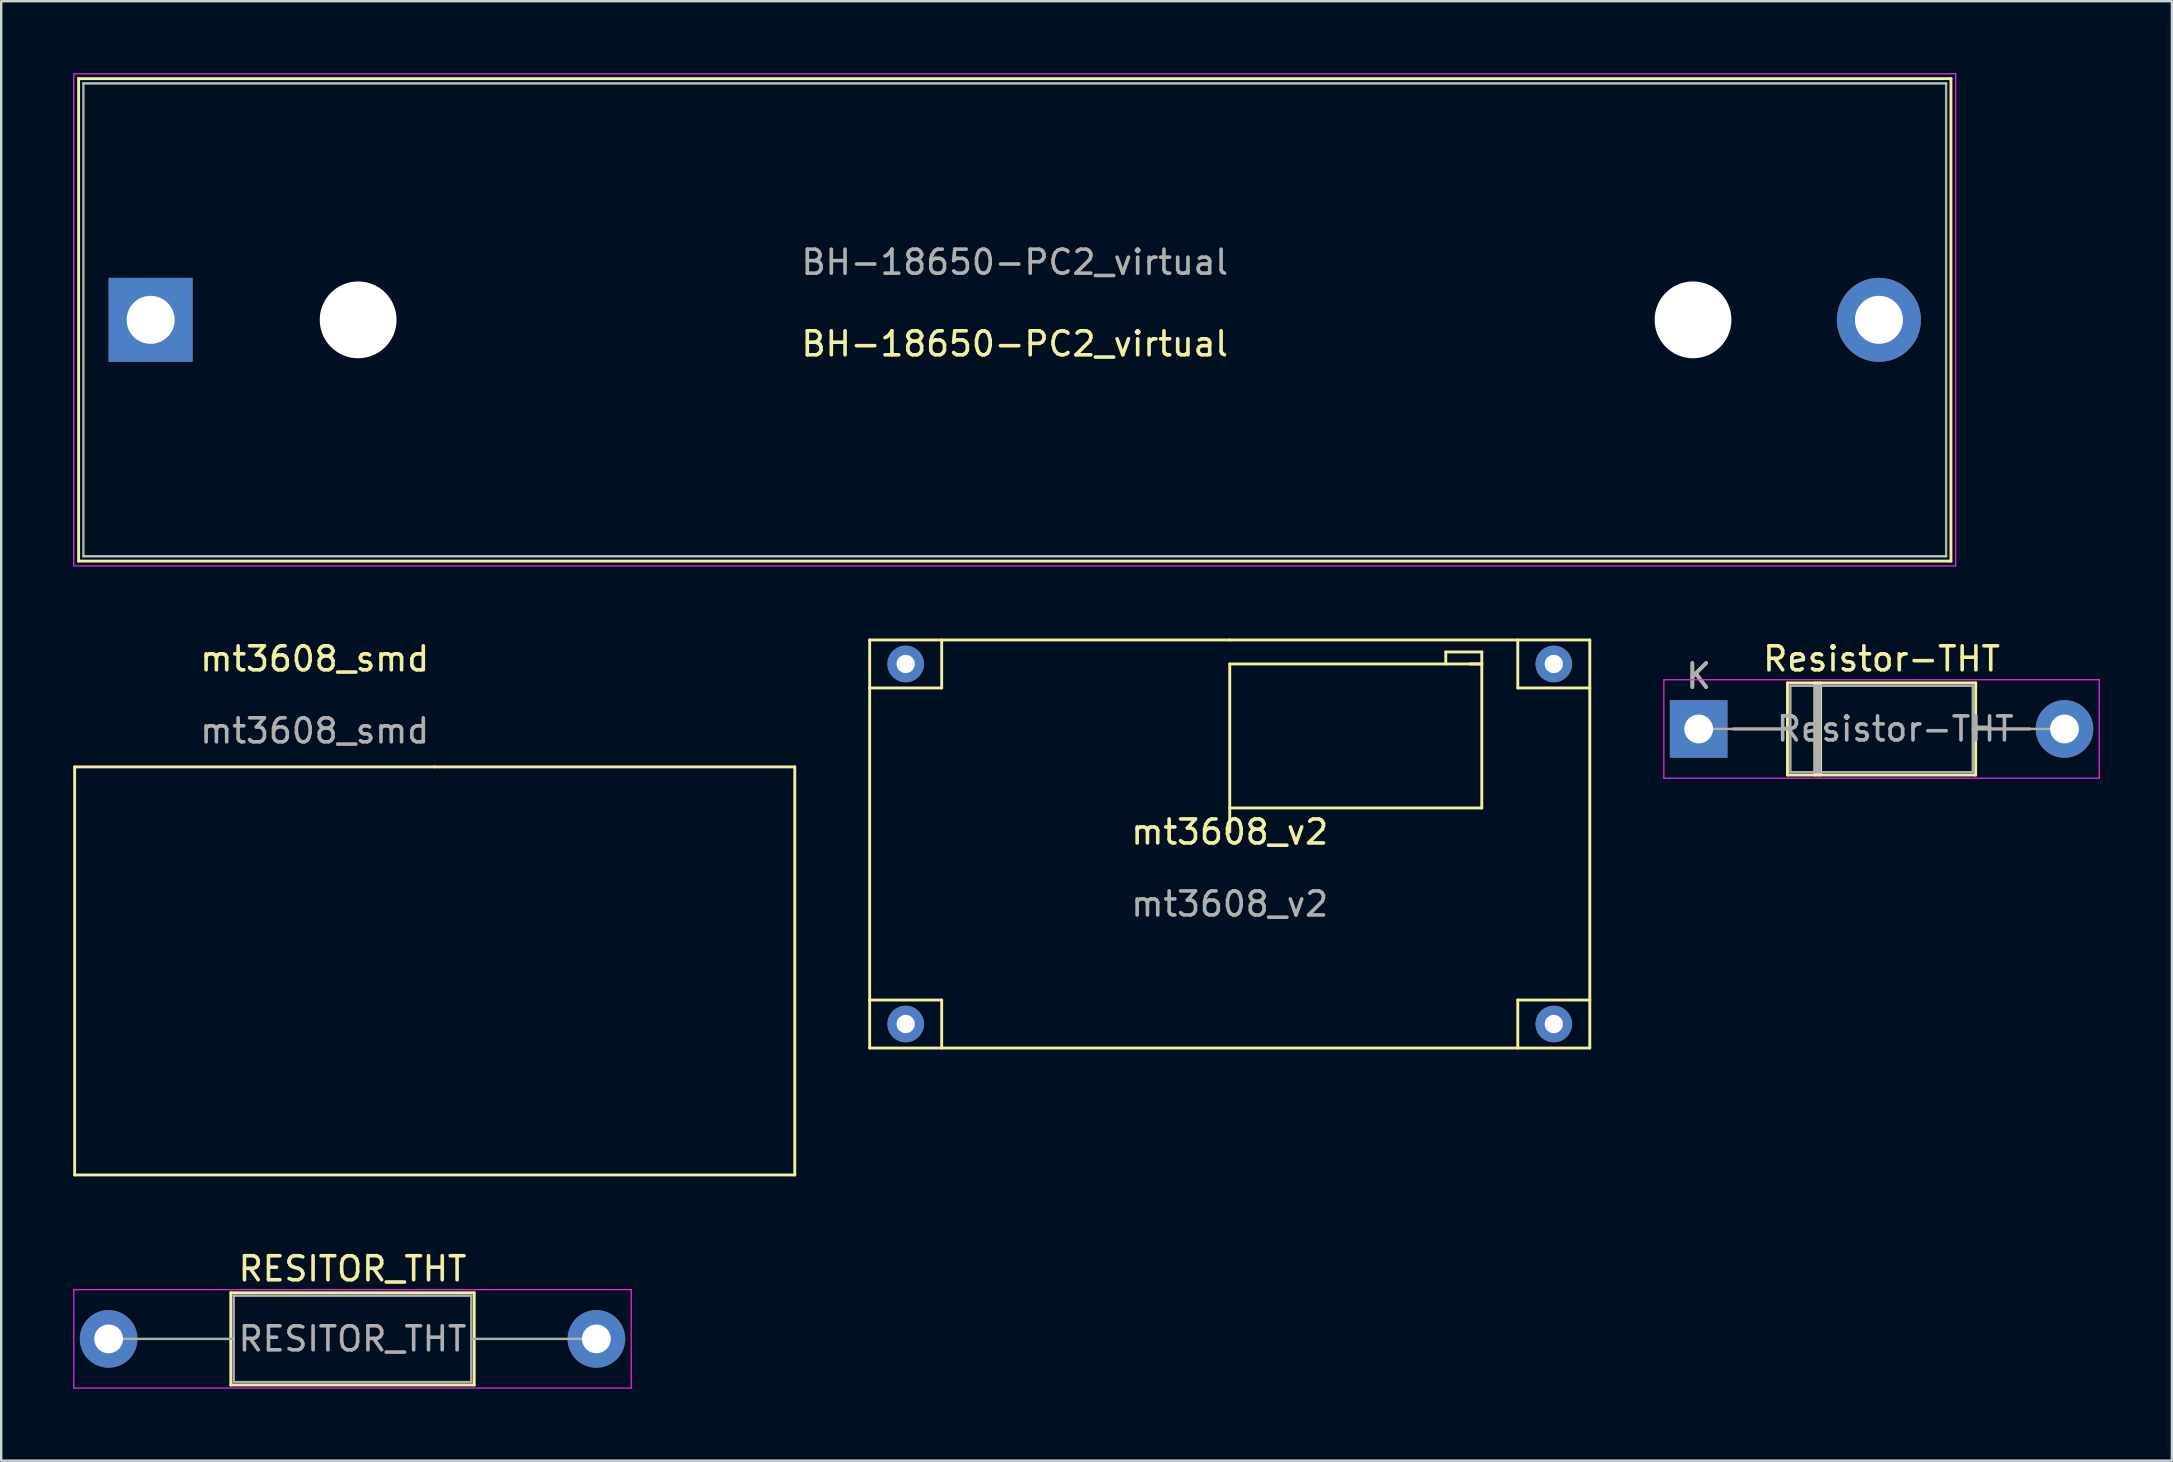
<source format=kicad_pcb>
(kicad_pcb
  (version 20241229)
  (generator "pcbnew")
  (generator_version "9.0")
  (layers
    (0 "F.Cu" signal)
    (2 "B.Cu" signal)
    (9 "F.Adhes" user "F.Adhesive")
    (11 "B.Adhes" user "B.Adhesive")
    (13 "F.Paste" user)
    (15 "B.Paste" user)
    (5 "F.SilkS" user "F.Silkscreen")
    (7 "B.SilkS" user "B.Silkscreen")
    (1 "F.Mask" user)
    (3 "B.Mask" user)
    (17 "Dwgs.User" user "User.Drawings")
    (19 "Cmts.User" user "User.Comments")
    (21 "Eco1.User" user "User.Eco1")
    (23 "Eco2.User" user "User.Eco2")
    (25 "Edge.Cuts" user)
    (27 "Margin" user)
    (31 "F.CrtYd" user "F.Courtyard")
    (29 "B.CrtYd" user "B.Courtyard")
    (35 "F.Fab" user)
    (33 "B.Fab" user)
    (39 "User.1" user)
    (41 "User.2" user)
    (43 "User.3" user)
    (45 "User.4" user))
  (footprint "mt3608_v2"
    (layer "F.Cu")
    (at 48.18 32.11)
    (property "Reference" "mt3608_v2" (at 0 -0.5 0) (unlocked yes) (layer "F.SilkS") (effects (font (size 1 1) (thickness 0.15))))
    (attr through_hole)
    (fp_line (start -15 -8.5) (end 0 -8.5) (stroke (width 0.12) (type solid)) (layer "F.SilkS"))
    (fp_line (start -15 6.5) (end -12 6.5) (stroke (width 0.12) (type solid)) (layer "F.SilkS"))
    (fp_line (start -15 8.5) (end -15 -8.5) (stroke (width 0.12) (type solid)) (layer "F.SilkS"))
    (fp_line (start -12 -8.5) (end -12 -6.5) (stroke (width 0.12) (type solid)) (layer "F.SilkS"))
    (fp_line (start -12 -6.5) (end -15 -6.5) (stroke (width 0.12) (type solid)) (layer "F.SilkS"))
    (fp_line (start -12 6.5) (end -12 8.5) (stroke (width 0.12) (type solid)) (layer "F.SilkS"))
    (fp_line (start 0 -8.5) (end 15 -8.5) (stroke (width 0.12) (type solid)) (layer "F.SilkS"))
    (fp_line (start 0 -7.5) (end 0 -0.5) (stroke (width 0.12) (type solid)) (layer "F.SilkS"))
    (fp_line (start 0 -1.5) (end 10.5 -1.5) (stroke (width 0.12) (type solid)) (layer "F.SilkS"))
    (fp_line (start 9 -8) (end 10.5 -8) (stroke (width 0.12) (type solid)) (layer "F.SilkS"))
    (fp_line (start 9 -7.5) (end 9 -8) (stroke (width 0.12) (type solid)) (layer "F.SilkS"))
    (fp_line (start 10 -7.5) (end 10.5 -7.5) (stroke (width 0.12) (type solid)) (layer "F.SilkS"))
    (fp_line (start 10.5 -8) (end 10.5 -7.5) (stroke (width 0.12) (type solid)) (layer "F.SilkS"))
    (fp_line (start 10.5 -7.5) (end 0 -7.5) (stroke (width 0.12) (type solid)) (layer "F.SilkS"))
    (fp_line (start 10.5 -1.5) (end 10.5 -7.5) (stroke (width 0.12) (type solid)) (layer "F.SilkS"))
    (fp_line (start 12 -8.5) (end 12 -6.5) (stroke (width 0.12) (type solid)) (layer "F.SilkS"))
    (fp_line (start 12 -6.5) (end 15 -6.5) (stroke (width 0.12) (type solid)) (layer "F.SilkS"))
    (fp_line (start 12 6.5) (end 12 8.5) (stroke (width 0.12) (type solid)) (layer "F.SilkS"))
    (fp_line (start 15 -8.5) (end 15 8.5) (stroke (width 0.12) (type solid)) (layer "F.SilkS"))
    (fp_line (start 15 6.5) (end 12 6.5) (stroke (width 0.12) (type solid)) (layer "F.SilkS"))
    (fp_line (start 15 8.5) (end -15 8.5) (stroke (width 0.12) (type solid)) (layer "F.SilkS"))
    (fp_text user "${REFERENCE}" (at 0 2.5 0) (unlocked yes) (layer "F.Fab") (effects (font (size 1 1) (thickness 0.15))))
    (pad "1" thru_hole circle (at -13.5 -7.5) (size 1.524 1.524) (drill 0.762) (layers "*.Cu" "*.Mask"))
    (pad "2" thru_hole circle (at -13.5 7.5) (size 1.524 1.524) (drill 0.762) (layers "*.Cu" "*.Mask"))
    (pad "3" thru_hole circle (at 13.5 -7.5) (size 1.524 1.524) (drill 0.762) (layers "*.Cu" "*.Mask"))
    (pad "4" thru_hole circle (at 13.5 7.5) (size 1.524 1.524) (drill 0.762) (layers "*.Cu" "*.Mask")))
  (footprint "mt3608_smd"
    (layer "F.Cu")
    (at 15.06 37.398)
    (property "Reference" "mt3608_smd" (at -5 -13 0) (unlocked yes) (layer "F.SilkS") (effects (font (size 1 1) (thickness 0.15))))
    (attr smd)
    (fp_line (start -15 -8.5) (end 0 -8.5) (stroke (width 0.12) (type solid)) (layer "F.SilkS"))
    (fp_line (start -15 8.5) (end -15 -8.5) (stroke (width 0.12) (type solid)) (layer "F.SilkS"))
    (fp_line (start 0 -8.5) (end 15 -8.5) (stroke (width 0.12) (type solid)) (layer "F.SilkS"))
    (fp_line (start 15 -8.5) (end 15 8.5) (stroke (width 0.12) (type solid)) (layer "F.SilkS"))
    (fp_line (start 15 8.5) (end -15 8.5) (stroke (width 0.12) (type solid)) (layer "F.SilkS"))
    (fp_text user "${REFERENCE}" (at -5 -10 0) (unlocked yes) (layer "F.Fab") (effects (font (size 1 1) (thickness 0.15)))))
  (footprint "RESITOR_THT"
    (layer "F.Cu")
    (at 1.475 52.727)
    (property "Reference" "RESITOR_THT" (at 10.16 -2.92 0) (layer "F.SilkS") (effects (font (size 1 1) (thickness 0.15))))
    (attr through_hole)
    (fp_line (start 5.09 -1.92) (end 5.09 1.92) (stroke (width 0.12) (type solid)) (layer "F.SilkS"))
    (fp_line (start 5.09 1.92) (end 15.23 1.92) (stroke (width 0.12) (type solid)) (layer "F.SilkS"))
    (fp_line (start 15.23 -1.92) (end 5.09 -1.92) (stroke (width 0.12) (type solid)) (layer "F.SilkS"))
    (fp_line (start 15.23 1.92) (end 15.23 -1.92) (stroke (width 0.12) (type solid)) (layer "F.SilkS"))
    (fp_line (start -1.45 -2.05) (end -1.45 2.05) (stroke (width 0.05) (type solid)) (layer "F.CrtYd"))
    (fp_line (start -1.45 2.05) (end 21.77 2.05) (stroke (width 0.05) (type solid)) (layer "F.CrtYd"))
    (fp_line (start 21.77 -2.05) (end -1.45 -2.05) (stroke (width 0.05) (type solid)) (layer "F.CrtYd"))
    (fp_line (start 21.77 2.05) (end 21.77 -2.05) (stroke (width 0.05) (type solid)) (layer "F.CrtYd"))
    (fp_line (start 0 0) (end 5.21 0) (stroke (width 0.1) (type solid)) (layer "F.Fab"))
    (fp_line (start 5.21 -1.8) (end 5.21 1.8) (stroke (width 0.1) (type solid)) (layer "F.Fab"))
    (fp_line (start 5.21 1.8) (end 15.11 1.8) (stroke (width 0.1) (type solid)) (layer "F.Fab"))
    (fp_line (start 15.11 -1.8) (end 5.21 -1.8) (stroke (width 0.1) (type solid)) (layer "F.Fab"))
    (fp_line (start 15.11 1.8) (end 15.11 -1.8) (stroke (width 0.1) (type solid)) (layer "F.Fab"))
    (fp_line (start 20.32 0) (end 15.11 0) (stroke (width 0.1) (type solid)) (layer "F.Fab"))
    (fp_text user "${REFERENCE}" (at 10.16 0 0) (layer "F.Fab") (effects (font (size 1 1) (thickness 0.15))))
    (pad "1" thru_hole circle (at 0 0) (size 2.4 2.4) (drill 1.2) (layers "*.Cu" "*.Mask"))
    (pad "2" thru_hole oval (at 20.32 0) (size 2.4 2.4) (drill 1.2) (layers "*.Cu" "*.Mask")))
  (footprint "Resistor-THT"
    (layer "F.Cu")
    (at 67.715 27.318)
    (property "Reference" "Resistor-THT" (at 7.62 -2.92 0) (layer "F.SilkS") (effects (font (size 1 1) (thickness 0.15))))
    (attr through_hole)
    (fp_line (start 1.44 0) (end 3.7 0) (stroke (width 0.12) (type solid)) (layer "F.SilkS"))
    (fp_line (start 3.7 -1.92) (end 3.7 1.92) (stroke (width 0.12) (type solid)) (layer "F.SilkS"))
    (fp_line (start 3.7 1.92) (end 11.54 1.92) (stroke (width 0.12) (type solid)) (layer "F.SilkS"))
    (fp_line (start 4.84 -1.92) (end 4.84 1.92) (stroke (width 0.12) (type solid)) (layer "F.SilkS"))
    (fp_line (start 4.96 -1.92) (end 4.96 1.92) (stroke (width 0.12) (type solid)) (layer "F.SilkS"))
    (fp_line (start 5.08 -1.92) (end 5.08 1.92) (stroke (width 0.12) (type solid)) (layer "F.SilkS"))
    (fp_line (start 11.54 -1.92) (end 3.7 -1.92) (stroke (width 0.12) (type solid)) (layer "F.SilkS"))
    (fp_line (start 11.54 1.92) (end 11.54 -1.92) (stroke (width 0.12) (type solid)) (layer "F.SilkS"))
    (fp_line (start 13.8 0) (end 11.54 0) (stroke (width 0.12) (type solid)) (layer "F.SilkS"))
    (fp_line (start -1.45 -2.05) (end -1.45 2.05) (stroke (width 0.05) (type solid)) (layer "F.CrtYd"))
    (fp_line (start -1.45 2.05) (end 16.69 2.05) (stroke (width 0.05) (type solid)) (layer "F.CrtYd"))
    (fp_line (start 16.69 -2.05) (end -1.45 -2.05) (stroke (width 0.05) (type solid)) (layer "F.CrtYd"))
    (fp_line (start 16.69 2.05) (end 16.69 -2.05) (stroke (width 0.05) (type solid)) (layer "F.CrtYd"))
    (fp_line (start 0 0) (end 3.82 0) (stroke (width 0.1) (type solid)) (layer "F.Fab"))
    (fp_line (start 3.82 -1.8) (end 3.82 1.8) (stroke (width 0.1) (type solid)) (layer "F.Fab"))
    (fp_line (start 3.82 1.8) (end 11.42 1.8) (stroke (width 0.1) (type solid)) (layer "F.Fab"))
    (fp_line (start 4.86 -1.8) (end 4.86 1.8) (stroke (width 0.1) (type solid)) (layer "F.Fab"))
    (fp_line (start 4.96 -1.8) (end 4.96 1.8) (stroke (width 0.1) (type solid)) (layer "F.Fab"))
    (fp_line (start 5.06 -1.8) (end 5.06 1.8) (stroke (width 0.1) (type solid)) (layer "F.Fab"))
    (fp_line (start 11.42 -1.8) (end 3.82 -1.8) (stroke (width 0.1) (type solid)) (layer "F.Fab"))
    (fp_line (start 11.42 1.8) (end 11.42 -1.8) (stroke (width 0.1) (type solid)) (layer "F.Fab"))
    (fp_line (start 15.24 0) (end 11.42 0) (stroke (width 0.1) (type solid)) (layer "F.Fab"))
    (fp_text user "K" (at 0 -2.2 0) (layer "F.SilkS") (effects (font (size 1 1) (thickness 0.15))))
    (fp_text user "${REFERENCE}" (at 8.19 0 0) (layer "F.Fab") (effects (font (size 1 1) (thickness 0.15))))
    (fp_text user "K" (at 0 -2.2 0) (layer "F.Fab") (effects (font (size 1 1) (thickness 0.15))))
    (pad "1" thru_hole rect (at 0 0) (size 2.4 2.4) (drill 1.2) (layers "*.Cu" "*.Mask"))
    (pad "2" thru_hole oval (at 15.24 0) (size 2.4 2.4) (drill 1.2) (layers "*.Cu" "*.Mask")))
  (footprint "BH-18650-PC2_virtual"
    (layer "F.Cu")
    (at 3.225 10.275)
    (property "Reference" "BH-18650-PC2_virtual" (at 36 1 0) (layer "F.SilkS") (effects (font (size 1 1) (thickness 0.15))))
    (attr through_hole)
    (fp_line (start -3 -10.05) (end 75 -10.05) (stroke (width 0.12) (type solid)) (layer "F.SilkS"))
    (fp_line (start -3 10.05) (end -3 -10.05) (stroke (width 0.12) (type solid)) (layer "F.SilkS"))
    (fp_line (start 75 -10.05) (end 75 10.05) (stroke (width 0.12) (type solid)) (layer "F.SilkS"))
    (fp_line (start 75 10.05) (end -3 10.05) (stroke (width 0.12) (type solid)) (layer "F.SilkS"))
    (fp_line (start -2.8 -9.85) (end 74.8 -9.85) (stroke (width 0.1) (type solid)) (layer "Dwgs.User"))
    (fp_line (start 74.8 9.85) (end -2.8 9.85) (stroke (width 0.1) (type solid)) (layer "Dwgs.User"))
    (fp_line (start -3.2 -10.25) (end 75.2 -10.25) (stroke (width 0.05) (type solid)) (layer "F.CrtYd"))
    (fp_line (start -3.2 10.25) (end -3.2 -10.25) (stroke (width 0.05) (type solid)) (layer "F.CrtYd"))
    (fp_line (start 75.2 -10.25) (end 75.2 10.25) (stroke (width 0.05) (type solid)) (layer "F.CrtYd"))
    (fp_line (start 75.2 10.25) (end -3.2 10.25) (stroke (width 0.05) (type solid)) (layer "F.CrtYd"))
    (fp_line (start -2.8 9.85) (end -2.8 -9.85) (stroke (width 0.1) (type solid)) (layer "F.Fab"))
    (fp_line (start 74.8 -9.85) (end 74.8 9.85) (stroke (width 0.1) (type solid)) (layer "F.Fab"))
    (fp_text user "${REFERENCE}" (at 36 -2.4 0) (layer "F.Fab") (effects (font (size 1 1) (thickness 0.15))))
    (pad "" np_thru_hole circle (at 8.645 0) (size 3.2 3.2) (drill 3.2) (layers "*.Cu" "*.Mask"))
    (pad "" np_thru_hole circle (at 64.255 0) (size 3.2 3.2) (drill 3.2) (layers "*.Cu" "*.Mask"))
    (pad "1" thru_hole rect (at 0 0) (size 3.5 3.5) (drill 2) (layers "*.Cu" "*.Mask"))
    (pad "2" thru_hole circle (at 72 0) (size 3.5 3.5) (drill 2) (layers "*.Cu" "*.Mask")))
  (gr_rect
    (start -3 -3)
    (end 87.43 57.801)
    (stroke (width 0.1) (type default))
    (fill no)
    (layer "Edge.Cuts")))
</source>
